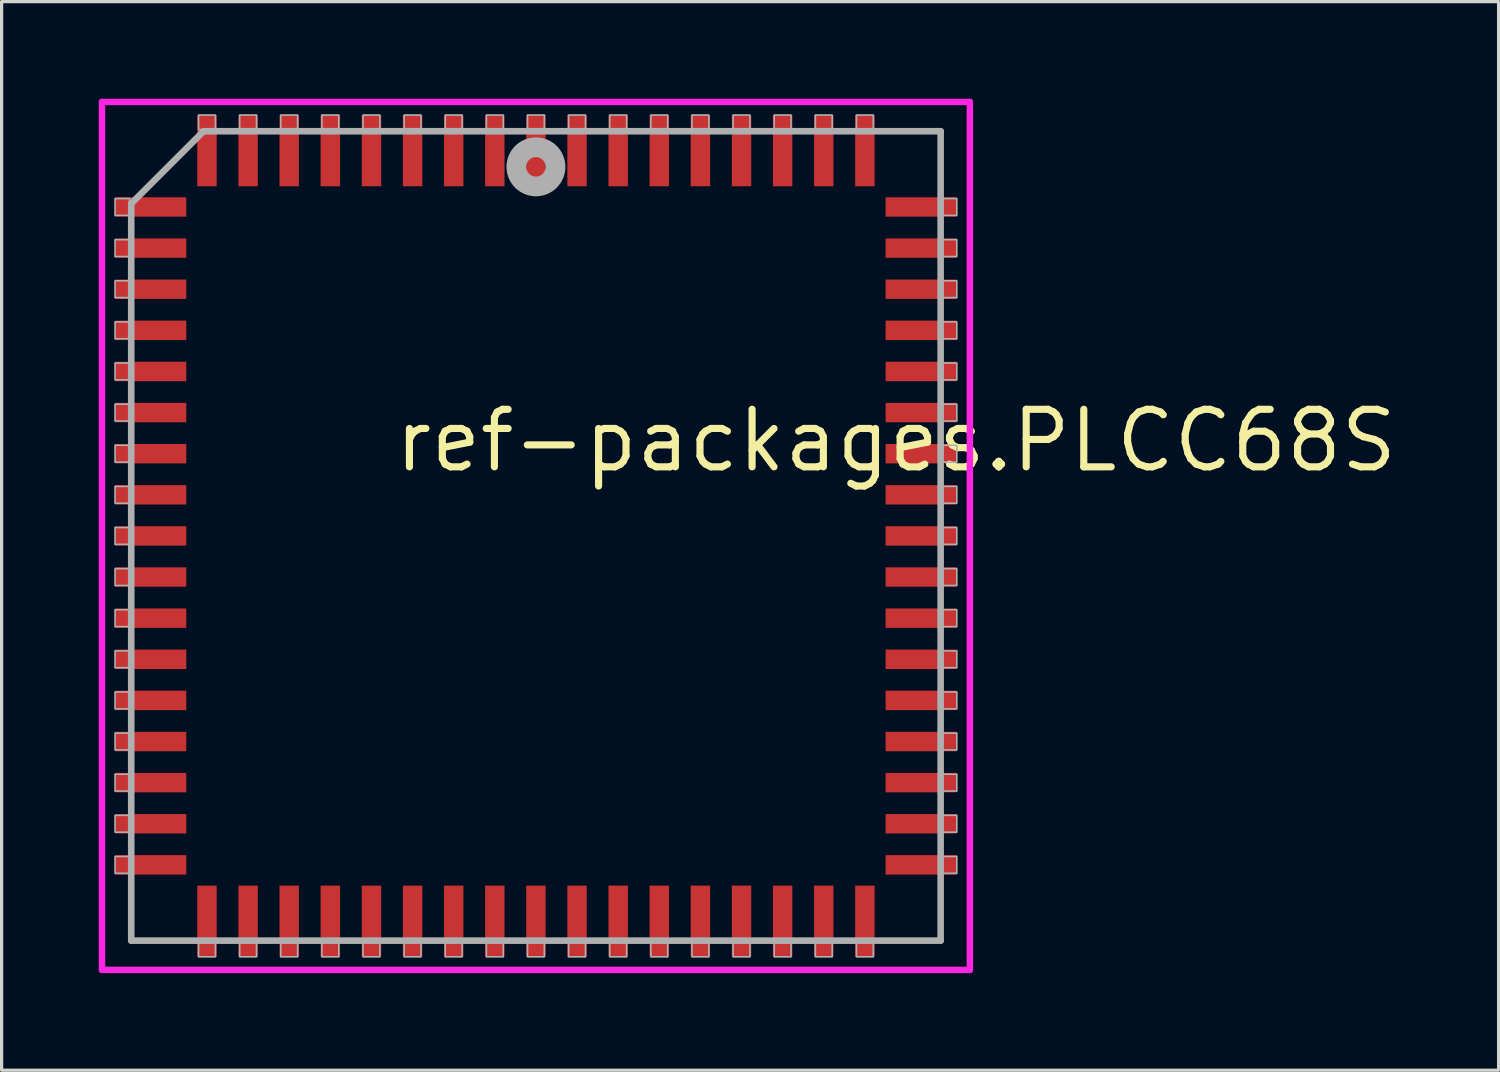
<source format=kicad_pcb>
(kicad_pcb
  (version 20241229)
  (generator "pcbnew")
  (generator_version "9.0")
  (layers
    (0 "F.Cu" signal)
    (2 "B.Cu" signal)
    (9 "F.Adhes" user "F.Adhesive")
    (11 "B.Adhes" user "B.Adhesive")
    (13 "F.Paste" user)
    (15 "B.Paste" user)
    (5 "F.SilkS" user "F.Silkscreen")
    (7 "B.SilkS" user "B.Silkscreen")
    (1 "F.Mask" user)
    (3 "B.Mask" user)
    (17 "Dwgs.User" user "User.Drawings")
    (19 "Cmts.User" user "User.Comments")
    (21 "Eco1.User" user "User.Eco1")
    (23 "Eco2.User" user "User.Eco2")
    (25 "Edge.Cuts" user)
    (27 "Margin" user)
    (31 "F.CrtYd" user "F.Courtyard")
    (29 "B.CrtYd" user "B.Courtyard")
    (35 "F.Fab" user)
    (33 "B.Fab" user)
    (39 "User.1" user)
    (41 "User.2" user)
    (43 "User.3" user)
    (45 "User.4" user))
  (footprint "ref-packages.PLCC68S"
    (layer "F.Cu")
    (at 13.503 13.503)
    (property "Reference" "ref-packages.PLCC68S" (at -4.475 -1.905 0) (layer "F.SilkS") (effects (font (size 1.778 1.778) (thickness 0.22)) (justify left bottom)))
    (attr smd)
    (fp_line (start -13.403 -13.403) (end 13.403 -13.403) (stroke (width 0.2) (type default)) (layer "F.CrtYd"))
    (fp_line (start -13.403 13.403) (end -13.403 -13.403) (stroke (width 0.2) (type default)) (layer "F.CrtYd"))
    (fp_line (start 13.403 -13.403) (end 13.403 13.403) (stroke (width 0.2) (type default)) (layer "F.CrtYd"))
    (fp_line (start 13.403 13.403) (end -13.403 13.403) (stroke (width 0.2) (type default)) (layer "F.CrtYd"))
    (fp_line (start -12.5 -10.265) (end -12.5 12.5) (stroke (width 0.203) (type default)) (layer "F.Fab"))
    (fp_line (start -12.5 12.5) (end 12.5 12.5) (stroke (width 0.203) (type default)) (layer "F.Fab"))
    (fp_line (start -10.265 -12.5) (end -12.5 -10.265) (stroke (width 0.203) (type default)) (layer "F.Fab"))
    (fp_line (start 12.5 -12.5) (end -10.265 -12.5) (stroke (width 0.203) (type default)) (layer "F.Fab"))
    (fp_line (start 12.5 12.5) (end 12.5 -12.5) (stroke (width 0.203) (type default)) (layer "F.Fab"))
    (fp_rect (start -13 -9.9) (end -12.55 -10.42) (stroke (width 0.05) (type default)) (fill no) (layer "F.Fab"))
    (fp_rect (start -13 -8.63) (end -12.55 -9.15) (stroke (width 0.05) (type default)) (fill no) (layer "F.Fab"))
    (fp_rect (start -13 -7.36) (end -12.55 -7.88) (stroke (width 0.05) (type default)) (fill no) (layer "F.Fab"))
    (fp_rect (start -13 -6.09) (end -12.55 -6.61) (stroke (width 0.05) (type default)) (fill no) (layer "F.Fab"))
    (fp_rect (start -13 -4.82) (end -12.55 -5.34) (stroke (width 0.05) (type default)) (fill no) (layer "F.Fab"))
    (fp_rect (start -13 -3.55) (end -12.55 -4.07) (stroke (width 0.05) (type default)) (fill no) (layer "F.Fab"))
    (fp_rect (start -13 -2.28) (end -12.55 -2.8) (stroke (width 0.05) (type default)) (fill no) (layer "F.Fab"))
    (fp_rect (start -13 -1.01) (end -12.55 -1.53) (stroke (width 0.05) (type default)) (fill no) (layer "F.Fab"))
    (fp_rect (start -13 0.26) (end -12.55 -0.26) (stroke (width 0.05) (type default)) (fill no) (layer "F.Fab"))
    (fp_rect (start -13 1.53) (end -12.55 1.01) (stroke (width 0.05) (type default)) (fill no) (layer "F.Fab"))
    (fp_rect (start -13 2.8) (end -12.55 2.28) (stroke (width 0.05) (type default)) (fill no) (layer "F.Fab"))
    (fp_rect (start -13 4.07) (end -12.55 3.55) (stroke (width 0.05) (type default)) (fill no) (layer "F.Fab"))
    (fp_rect (start -13 5.34) (end -12.55 4.82) (stroke (width 0.05) (type default)) (fill no) (layer "F.Fab"))
    (fp_rect (start -13 6.61) (end -12.55 6.09) (stroke (width 0.05) (type default)) (fill no) (layer "F.Fab"))
    (fp_rect (start -13 7.88) (end -12.55 7.36) (stroke (width 0.05) (type default)) (fill no) (layer "F.Fab"))
    (fp_rect (start -13 9.15) (end -12.55 8.63) (stroke (width 0.05) (type default)) (fill no) (layer "F.Fab"))
    (fp_rect (start -13 10.42) (end -12.55 9.9) (stroke (width 0.05) (type default)) (fill no) (layer "F.Fab"))
    (fp_rect (start -10.42 -12.55) (end -9.9 -13) (stroke (width 0.05) (type default)) (fill no) (layer "F.Fab"))
    (fp_rect (start -10.42 13) (end -9.9 12.55) (stroke (width 0.05) (type default)) (fill no) (layer "F.Fab"))
    (fp_rect (start -9.15 -12.55) (end -8.63 -13) (stroke (width 0.05) (type default)) (fill no) (layer "F.Fab"))
    (fp_rect (start -9.15 13) (end -8.63 12.55) (stroke (width 0.05) (type default)) (fill no) (layer "F.Fab"))
    (fp_rect (start -7.88 -12.55) (end -7.36 -13) (stroke (width 0.05) (type default)) (fill no) (layer "F.Fab"))
    (fp_rect (start -7.88 13) (end -7.36 12.55) (stroke (width 0.05) (type default)) (fill no) (layer "F.Fab"))
    (fp_rect (start -6.61 -12.55) (end -6.09 -13) (stroke (width 0.05) (type default)) (fill no) (layer "F.Fab"))
    (fp_rect (start -6.61 13) (end -6.09 12.55) (stroke (width 0.05) (type default)) (fill no) (layer "F.Fab"))
    (fp_rect (start -5.34 -12.55) (end -4.82 -13) (stroke (width 0.05) (type default)) (fill no) (layer "F.Fab"))
    (fp_rect (start -5.34 13) (end -4.82 12.55) (stroke (width 0.05) (type default)) (fill no) (layer "F.Fab"))
    (fp_rect (start -4.07 -12.55) (end -3.55 -13) (stroke (width 0.05) (type default)) (fill no) (layer "F.Fab"))
    (fp_rect (start -4.07 13) (end -3.55 12.55) (stroke (width 0.05) (type default)) (fill no) (layer "F.Fab"))
    (fp_rect (start -2.8 -12.55) (end -2.28 -13) (stroke (width 0.05) (type default)) (fill no) (layer "F.Fab"))
    (fp_rect (start -2.8 13) (end -2.28 12.55) (stroke (width 0.05) (type default)) (fill no) (layer "F.Fab"))
    (fp_rect (start -1.53 -12.55) (end -1.01 -13) (stroke (width 0.05) (type default)) (fill no) (layer "F.Fab"))
    (fp_rect (start -1.53 13) (end -1.01 12.55) (stroke (width 0.05) (type default)) (fill no) (layer "F.Fab"))
    (fp_rect (start -0.26 -12.55) (end 0.26 -13) (stroke (width 0.05) (type default)) (fill no) (layer "F.Fab"))
    (fp_rect (start -0.26 13) (end 0.26 12.55) (stroke (width 0.05) (type default)) (fill no) (layer "F.Fab"))
    (fp_rect (start 1.01 -12.55) (end 1.53 -13) (stroke (width 0.05) (type default)) (fill no) (layer "F.Fab"))
    (fp_rect (start 1.01 13) (end 1.53 12.55) (stroke (width 0.05) (type default)) (fill no) (layer "F.Fab"))
    (fp_rect (start 2.28 -12.55) (end 2.8 -13) (stroke (width 0.05) (type default)) (fill no) (layer "F.Fab"))
    (fp_rect (start 2.28 13) (end 2.8 12.55) (stroke (width 0.05) (type default)) (fill no) (layer "F.Fab"))
    (fp_rect (start 3.55 -12.55) (end 4.07 -13) (stroke (width 0.05) (type default)) (fill no) (layer "F.Fab"))
    (fp_rect (start 3.55 13) (end 4.07 12.55) (stroke (width 0.05) (type default)) (fill no) (layer "F.Fab"))
    (fp_rect (start 4.82 -12.55) (end 5.34 -13) (stroke (width 0.05) (type default)) (fill no) (layer "F.Fab"))
    (fp_rect (start 4.82 13) (end 5.34 12.55) (stroke (width 0.05) (type default)) (fill no) (layer "F.Fab"))
    (fp_rect (start 6.09 -12.55) (end 6.61 -13) (stroke (width 0.05) (type default)) (fill no) (layer "F.Fab"))
    (fp_rect (start 6.09 13) (end 6.61 12.55) (stroke (width 0.05) (type default)) (fill no) (layer "F.Fab"))
    (fp_rect (start 7.36 -12.55) (end 7.88 -13) (stroke (width 0.05) (type default)) (fill no) (layer "F.Fab"))
    (fp_rect (start 7.36 13) (end 7.88 12.55) (stroke (width 0.05) (type default)) (fill no) (layer "F.Fab"))
    (fp_rect (start 8.63 -12.55) (end 9.15 -13) (stroke (width 0.05) (type default)) (fill no) (layer "F.Fab"))
    (fp_rect (start 8.63 13) (end 9.15 12.55) (stroke (width 0.05) (type default)) (fill no) (layer "F.Fab"))
    (fp_rect (start 9.9 -12.55) (end 10.42 -13) (stroke (width 0.05) (type default)) (fill no) (layer "F.Fab"))
    (fp_rect (start 9.9 13) (end 10.42 12.55) (stroke (width 0.05) (type default)) (fill no) (layer "F.Fab"))
    (fp_rect (start 12.55 -9.9) (end 13 -10.42) (stroke (width 0.05) (type default)) (fill no) (layer "F.Fab"))
    (fp_rect (start 12.55 -8.63) (end 13 -9.15) (stroke (width 0.05) (type default)) (fill no) (layer "F.Fab"))
    (fp_rect (start 12.55 -7.36) (end 13 -7.88) (stroke (width 0.05) (type default)) (fill no) (layer "F.Fab"))
    (fp_rect (start 12.55 -6.09) (end 13 -6.61) (stroke (width 0.05) (type default)) (fill no) (layer "F.Fab"))
    (fp_rect (start 12.55 -4.82) (end 13 -5.34) (stroke (width 0.05) (type default)) (fill no) (layer "F.Fab"))
    (fp_rect (start 12.55 -3.55) (end 13 -4.07) (stroke (width 0.05) (type default)) (fill no) (layer "F.Fab"))
    (fp_rect (start 12.55 -2.28) (end 13 -2.8) (stroke (width 0.05) (type default)) (fill no) (layer "F.Fab"))
    (fp_rect (start 12.55 -1.01) (end 13 -1.53) (stroke (width 0.05) (type default)) (fill no) (layer "F.Fab"))
    (fp_rect (start 12.55 0.26) (end 13 -0.26) (stroke (width 0.05) (type default)) (fill no) (layer "F.Fab"))
    (fp_rect (start 12.55 1.53) (end 13 1.01) (stroke (width 0.05) (type default)) (fill no) (layer "F.Fab"))
    (fp_rect (start 12.55 2.8) (end 13 2.28) (stroke (width 0.05) (type default)) (fill no) (layer "F.Fab"))
    (fp_rect (start 12.55 4.07) (end 13 3.55) (stroke (width 0.05) (type default)) (fill no) (layer "F.Fab"))
    (fp_rect (start 12.55 5.34) (end 13 4.82) (stroke (width 0.05) (type default)) (fill no) (layer "F.Fab"))
    (fp_rect (start 12.55 6.61) (end 13 6.09) (stroke (width 0.05) (type default)) (fill no) (layer "F.Fab"))
    (fp_rect (start 12.55 7.88) (end 13 7.36) (stroke (width 0.05) (type default)) (fill no) (layer "F.Fab"))
    (fp_rect (start 12.55 9.15) (end 13 8.63) (stroke (width 0.05) (type default)) (fill no) (layer "F.Fab"))
    (fp_rect (start 12.55 10.42) (end 13 9.9) (stroke (width 0.05) (type default)) (fill no) (layer "F.Fab"))
    (fp_circle (center 0 -11.4) (end 0.3 -11.4) (stroke (width 0.61) (type default)) (fill no) (layer "F.Fab"))
    (pad "1" smd roundrect (at 0 -11.9) (size 0.6 2.2) (layers "F.Cu" "F.Mask" "F.Paste") (roundrect_rratio 0.01))
    (pad "2" smd roundrect (at -1.27 -11.9) (size 0.6 2.2) (layers "F.Cu" "F.Mask" "F.Paste") (roundrect_rratio 0.01))
    (pad "3" smd roundrect (at -2.54 -11.9) (size 0.6 2.2) (layers "F.Cu" "F.Mask" "F.Paste") (roundrect_rratio 0.01))
    (pad "4" smd roundrect (at -3.81 -11.9) (size 0.6 2.2) (layers "F.Cu" "F.Mask" "F.Paste") (roundrect_rratio 0.01))
    (pad "5" smd roundrect (at -5.08 -11.9) (size 0.6 2.2) (layers "F.Cu" "F.Mask" "F.Paste") (roundrect_rratio 0.01))
    (pad "6" smd roundrect (at -6.35 -11.9) (size 0.6 2.2) (layers "F.Cu" "F.Mask" "F.Paste") (roundrect_rratio 0.01))
    (pad "7" smd roundrect (at -7.62 -11.9) (size 0.6 2.2) (layers "F.Cu" "F.Mask" "F.Paste") (roundrect_rratio 0.01))
    (pad "8" smd roundrect (at -8.89 -11.9) (size 0.6 2.2) (layers "F.Cu" "F.Mask" "F.Paste") (roundrect_rratio 0.01))
    (pad "9" smd roundrect (at -10.16 -11.9) (size 0.6 2.2) (layers "F.Cu" "F.Mask" "F.Paste") (roundrect_rratio 0.01))
    (pad "10" smd roundrect (at -11.9 -10.16) (size 2.2 0.6) (layers "F.Cu" "F.Mask" "F.Paste") (roundrect_rratio 0.01))
    (pad "11" smd roundrect (at -11.9 -8.89) (size 2.2 0.6) (layers "F.Cu" "F.Mask" "F.Paste") (roundrect_rratio 0.01))
    (pad "12" smd roundrect (at -11.9 -7.62) (size 2.2 0.6) (layers "F.Cu" "F.Mask" "F.Paste") (roundrect_rratio 0.01))
    (pad "13" smd roundrect (at -11.9 -6.35) (size 2.2 0.6) (layers "F.Cu" "F.Mask" "F.Paste") (roundrect_rratio 0.01))
    (pad "14" smd roundrect (at -11.9 -5.08) (size 2.2 0.6) (layers "F.Cu" "F.Mask" "F.Paste") (roundrect_rratio 0.01))
    (pad "15" smd roundrect (at -11.9 -3.81) (size 2.2 0.6) (layers "F.Cu" "F.Mask" "F.Paste") (roundrect_rratio 0.01))
    (pad "16" smd roundrect (at -11.9 -2.54) (size 2.2 0.6) (layers "F.Cu" "F.Mask" "F.Paste") (roundrect_rratio 0.01))
    (pad "17" smd roundrect (at -11.9 -1.27) (size 2.2 0.6) (layers "F.Cu" "F.Mask" "F.Paste") (roundrect_rratio 0.01))
    (pad "18" smd roundrect (at -11.9 0) (size 2.2 0.6) (layers "F.Cu" "F.Mask" "F.Paste") (roundrect_rratio 0.01))
    (pad "19" smd roundrect (at -11.9 1.27) (size 2.2 0.6) (layers "F.Cu" "F.Mask" "F.Paste") (roundrect_rratio 0.01))
    (pad "20" smd roundrect (at -11.9 2.54) (size 2.2 0.6) (layers "F.Cu" "F.Mask" "F.Paste") (roundrect_rratio 0.01))
    (pad "21" smd roundrect (at -11.9 3.81) (size 2.2 0.6) (layers "F.Cu" "F.Mask" "F.Paste") (roundrect_rratio 0.01))
    (pad "22" smd roundrect (at -11.9 5.08) (size 2.2 0.6) (layers "F.Cu" "F.Mask" "F.Paste") (roundrect_rratio 0.01))
    (pad "23" smd roundrect (at -11.9 6.35) (size 2.2 0.6) (layers "F.Cu" "F.Mask" "F.Paste") (roundrect_rratio 0.01))
    (pad "24" smd roundrect (at -11.9 7.62) (size 2.2 0.6) (layers "F.Cu" "F.Mask" "F.Paste") (roundrect_rratio 0.01))
    (pad "25" smd roundrect (at -11.9 8.89) (size 2.2 0.6) (layers "F.Cu" "F.Mask" "F.Paste") (roundrect_rratio 0.01))
    (pad "26" smd roundrect (at -11.9 10.16) (size 2.2 0.6) (layers "F.Cu" "F.Mask" "F.Paste") (roundrect_rratio 0.01))
    (pad "27" smd roundrect (at -10.16 11.9) (size 0.6 2.2) (layers "F.Cu" "F.Mask" "F.Paste") (roundrect_rratio 0.01))
    (pad "28" smd roundrect (at -8.89 11.9) (size 0.6 2.2) (layers "F.Cu" "F.Mask" "F.Paste") (roundrect_rratio 0.01))
    (pad "29" smd roundrect (at -7.62 11.9) (size 0.6 2.2) (layers "F.Cu" "F.Mask" "F.Paste") (roundrect_rratio 0.01))
    (pad "30" smd roundrect (at -6.35 11.9) (size 0.6 2.2) (layers "F.Cu" "F.Mask" "F.Paste") (roundrect_rratio 0.01))
    (pad "31" smd roundrect (at -5.08 11.9) (size 0.6 2.2) (layers "F.Cu" "F.Mask" "F.Paste") (roundrect_rratio 0.01))
    (pad "32" smd roundrect (at -3.81 11.9) (size 0.6 2.2) (layers "F.Cu" "F.Mask" "F.Paste") (roundrect_rratio 0.01))
    (pad "33" smd roundrect (at -2.54 11.9) (size 0.6 2.2) (layers "F.Cu" "F.Mask" "F.Paste") (roundrect_rratio 0.01))
    (pad "34" smd roundrect (at -1.27 11.9) (size 0.6 2.2) (layers "F.Cu" "F.Mask" "F.Paste") (roundrect_rratio 0.01))
    (pad "35" smd roundrect (at 0 11.9) (size 0.6 2.2) (layers "F.Cu" "F.Mask" "F.Paste") (roundrect_rratio 0.01))
    (pad "36" smd roundrect (at 1.27 11.9) (size 0.6 2.2) (layers "F.Cu" "F.Mask" "F.Paste") (roundrect_rratio 0.01))
    (pad "37" smd roundrect (at 2.54 11.9) (size 0.6 2.2) (layers "F.Cu" "F.Mask" "F.Paste") (roundrect_rratio 0.01))
    (pad "38" smd roundrect (at 3.81 11.9) (size 0.6 2.2) (layers "F.Cu" "F.Mask" "F.Paste") (roundrect_rratio 0.01))
    (pad "39" smd roundrect (at 5.08 11.9) (size 0.6 2.2) (layers "F.Cu" "F.Mask" "F.Paste") (roundrect_rratio 0.01))
    (pad "40" smd roundrect (at 6.35 11.9) (size 0.6 2.2) (layers "F.Cu" "F.Mask" "F.Paste") (roundrect_rratio 0.01))
    (pad "41" smd roundrect (at 7.62 11.9) (size 0.6 2.2) (layers "F.Cu" "F.Mask" "F.Paste") (roundrect_rratio 0.01))
    (pad "42" smd roundrect (at 8.89 11.9) (size 0.6 2.2) (layers "F.Cu" "F.Mask" "F.Paste") (roundrect_rratio 0.01))
    (pad "43" smd roundrect (at 10.16 11.9) (size 0.6 2.2) (layers "F.Cu" "F.Mask" "F.Paste") (roundrect_rratio 0.01))
    (pad "44" smd roundrect (at 11.9 10.16) (size 2.2 0.6) (layers "F.Cu" "F.Mask" "F.Paste") (roundrect_rratio 0.01))
    (pad "45" smd roundrect (at 11.9 8.89) (size 2.2 0.6) (layers "F.Cu" "F.Mask" "F.Paste") (roundrect_rratio 0.01))
    (pad "46" smd roundrect (at 11.9 7.62) (size 2.2 0.6) (layers "F.Cu" "F.Mask" "F.Paste") (roundrect_rratio 0.01))
    (pad "47" smd roundrect (at 11.9 6.35) (size 2.2 0.6) (layers "F.Cu" "F.Mask" "F.Paste") (roundrect_rratio 0.01))
    (pad "48" smd roundrect (at 11.9 5.08) (size 2.2 0.6) (layers "F.Cu" "F.Mask" "F.Paste") (roundrect_rratio 0.01))
    (pad "49" smd roundrect (at 11.9 3.81) (size 2.2 0.6) (layers "F.Cu" "F.Mask" "F.Paste") (roundrect_rratio 0.01))
    (pad "50" smd roundrect (at 11.9 2.54) (size 2.2 0.6) (layers "F.Cu" "F.Mask" "F.Paste") (roundrect_rratio 0.01))
    (pad "51" smd roundrect (at 11.9 1.27) (size 2.2 0.6) (layers "F.Cu" "F.Mask" "F.Paste") (roundrect_rratio 0.01))
    (pad "52" smd roundrect (at 11.9 0) (size 2.2 0.6) (layers "F.Cu" "F.Mask" "F.Paste") (roundrect_rratio 0.01))
    (pad "53" smd roundrect (at 11.9 -1.27) (size 2.2 0.6) (layers "F.Cu" "F.Mask" "F.Paste") (roundrect_rratio 0.01))
    (pad "54" smd roundrect (at 11.9 -2.54) (size 2.2 0.6) (layers "F.Cu" "F.Mask" "F.Paste") (roundrect_rratio 0.01))
    (pad "55" smd roundrect (at 11.9 -3.81) (size 2.2 0.6) (layers "F.Cu" "F.Mask" "F.Paste") (roundrect_rratio 0.01))
    (pad "56" smd roundrect (at 11.9 -5.08) (size 2.2 0.6) (layers "F.Cu" "F.Mask" "F.Paste") (roundrect_rratio 0.01))
    (pad "57" smd roundrect (at 11.9 -6.35) (size 2.2 0.6) (layers "F.Cu" "F.Mask" "F.Paste") (roundrect_rratio 0.01))
    (pad "58" smd roundrect (at 11.9 -7.62) (size 2.2 0.6) (layers "F.Cu" "F.Mask" "F.Paste") (roundrect_rratio 0.01))
    (pad "59" smd roundrect (at 11.9 -8.89) (size 2.2 0.6) (layers "F.Cu" "F.Mask" "F.Paste") (roundrect_rratio 0.01))
    (pad "60" smd roundrect (at 11.9 -10.16) (size 2.2 0.6) (layers "F.Cu" "F.Mask" "F.Paste") (roundrect_rratio 0.01))
    (pad "61" smd roundrect (at 10.16 -11.9) (size 0.6 2.2) (layers "F.Cu" "F.Mask" "F.Paste") (roundrect_rratio 0.01))
    (pad "62" smd roundrect (at 8.89 -11.9) (size 0.6 2.2) (layers "F.Cu" "F.Mask" "F.Paste") (roundrect_rratio 0.01))
    (pad "63" smd roundrect (at 7.62 -11.9) (size 0.6 2.2) (layers "F.Cu" "F.Mask" "F.Paste") (roundrect_rratio 0.01))
    (pad "64" smd roundrect (at 6.35 -11.9) (size 0.6 2.2) (layers "F.Cu" "F.Mask" "F.Paste") (roundrect_rratio 0.01))
    (pad "65" smd roundrect (at 5.08 -11.9) (size 0.6 2.2) (layers "F.Cu" "F.Mask" "F.Paste") (roundrect_rratio 0.01))
    (pad "66" smd roundrect (at 3.81 -11.9) (size 0.6 2.2) (layers "F.Cu" "F.Mask" "F.Paste") (roundrect_rratio 0.01))
    (pad "67" smd roundrect (at 2.54 -11.9) (size 0.6 2.2) (layers "F.Cu" "F.Mask" "F.Paste") (roundrect_rratio 0.01))
    (pad "68" smd roundrect (at 1.27 -11.9) (size 0.6 2.2) (layers "F.Cu" "F.Mask" "F.Paste") (roundrect_rratio 0.01)))
  (gr_rect
    (start -3 -3)
    (end 43.236 30.006)
    (stroke (width 0.1) (type default))
    (fill no)
    (layer "Edge.Cuts")))
</source>
